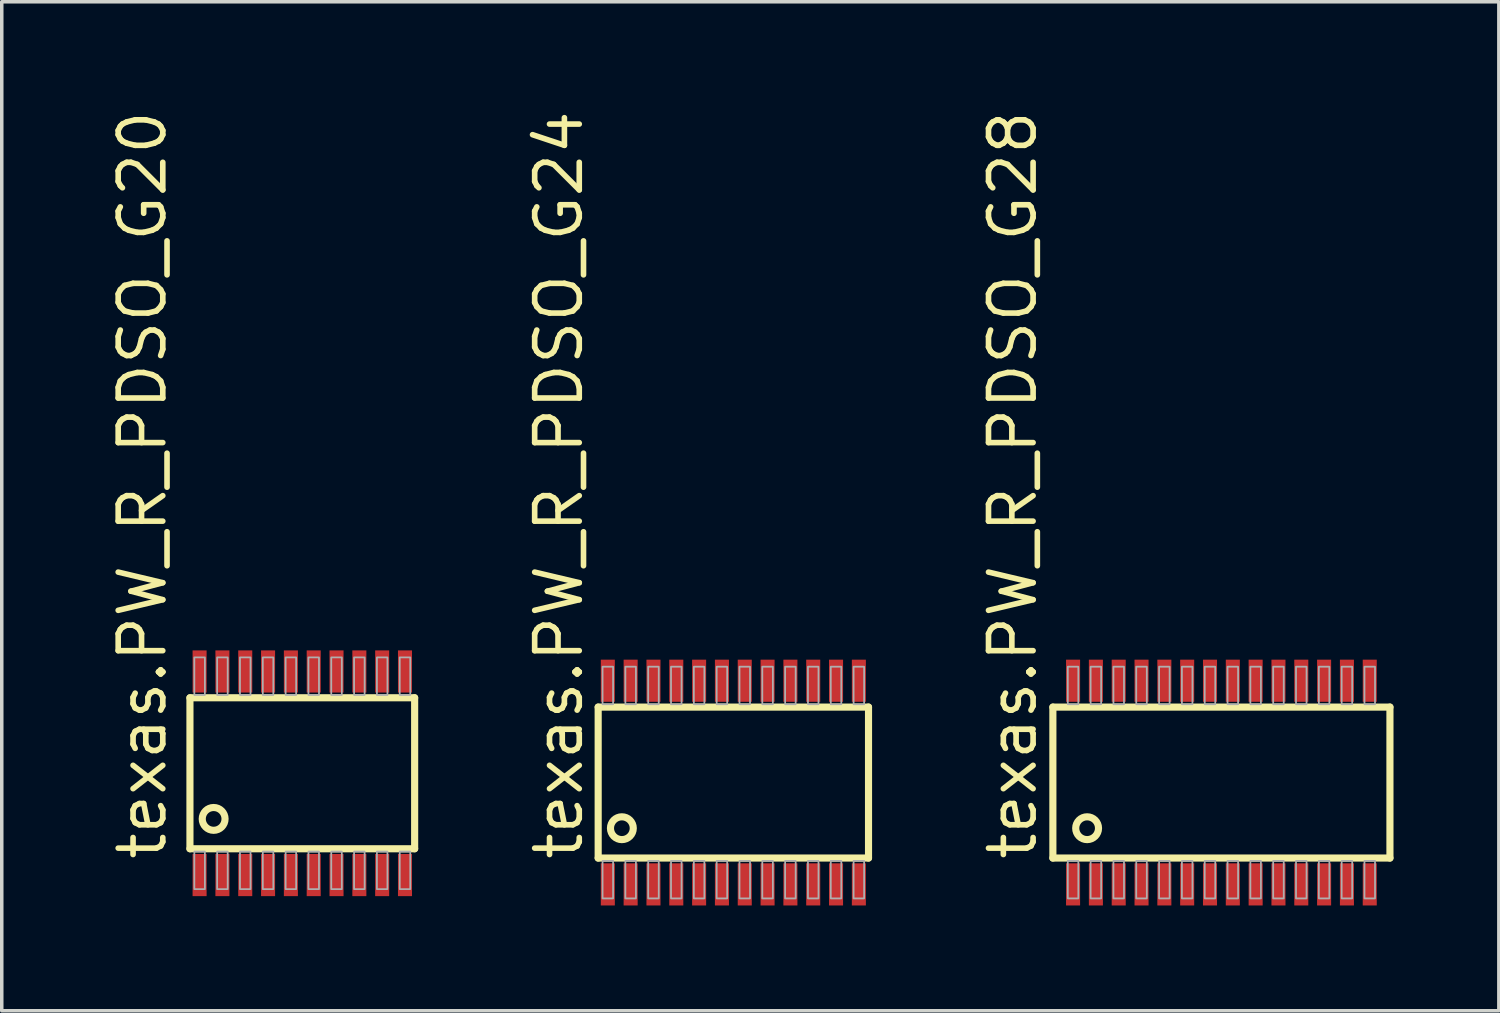
<source format=kicad_pcb>
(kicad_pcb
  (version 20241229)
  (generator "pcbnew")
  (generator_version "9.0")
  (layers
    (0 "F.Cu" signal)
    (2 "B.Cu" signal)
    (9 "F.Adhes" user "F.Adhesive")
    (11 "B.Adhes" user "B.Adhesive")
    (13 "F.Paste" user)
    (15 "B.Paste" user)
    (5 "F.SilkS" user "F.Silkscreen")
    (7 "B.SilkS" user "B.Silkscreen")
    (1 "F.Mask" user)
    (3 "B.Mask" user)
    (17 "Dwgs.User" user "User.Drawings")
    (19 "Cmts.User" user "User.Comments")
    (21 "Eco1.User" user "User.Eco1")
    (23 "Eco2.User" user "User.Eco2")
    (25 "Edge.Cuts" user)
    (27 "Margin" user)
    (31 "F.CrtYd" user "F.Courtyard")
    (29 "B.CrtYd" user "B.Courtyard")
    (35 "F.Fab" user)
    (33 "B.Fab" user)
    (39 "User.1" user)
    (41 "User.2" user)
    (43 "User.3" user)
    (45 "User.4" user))
  (footprint "texas.PW_R_PDSO_G28"
    (layer "F.Cu")
    (at 31.738 19.239)
    (property "Reference" "texas.PW_R_PDSO_G28" (at -5.2 2.275 90) (layer "F.SilkS") (effects (font (size 1.27 1.27) (thickness 0.16)) (justify left bottom)))
    (attr smd)
    (fp_line (start -4.8 -2.15) (end 4.8 -2.15) (stroke (width 0.203) (type default)) (layer "F.SilkS"))
    (fp_line (start -4.8 2.15) (end -4.8 -2.15) (stroke (width 0.203) (type default)) (layer "F.SilkS"))
    (fp_line (start 4.8 -2.15) (end 4.8 2.15) (stroke (width 0.203) (type default)) (layer "F.SilkS"))
    (fp_line (start 4.8 2.15) (end -4.8 2.15) (stroke (width 0.203) (type default)) (layer "F.SilkS"))
    (fp_circle (center -3.825 1.3) (end -3.5 1.3) (stroke (width 0.203) (type default)) (fill no) (layer "F.SilkS"))
    (fp_rect (start -4.375 -2.23) (end -4.075 -3.3) (stroke (width 0.05) (type default)) (fill no) (layer "F.Fab"))
    (fp_rect (start -4.375 3.3) (end -4.075 2.23) (stroke (width 0.05) (type default)) (fill no) (layer "F.Fab"))
    (fp_rect (start -3.725 -2.23) (end -3.425 -3.3) (stroke (width 0.05) (type default)) (fill no) (layer "F.Fab"))
    (fp_rect (start -3.725 3.3) (end -3.425 2.23) (stroke (width 0.05) (type default)) (fill no) (layer "F.Fab"))
    (fp_rect (start -3.075 -2.23) (end -2.775 -3.3) (stroke (width 0.05) (type default)) (fill no) (layer "F.Fab"))
    (fp_rect (start -3.075 3.3) (end -2.775 2.23) (stroke (width 0.05) (type default)) (fill no) (layer "F.Fab"))
    (fp_rect (start -2.425 -2.23) (end -2.125 -3.3) (stroke (width 0.05) (type default)) (fill no) (layer "F.Fab"))
    (fp_rect (start -2.425 3.3) (end -2.125 2.23) (stroke (width 0.05) (type default)) (fill no) (layer "F.Fab"))
    (fp_rect (start -1.775 -2.23) (end -1.475 -3.3) (stroke (width 0.05) (type default)) (fill no) (layer "F.Fab"))
    (fp_rect (start -1.775 3.3) (end -1.475 2.23) (stroke (width 0.05) (type default)) (fill no) (layer "F.Fab"))
    (fp_rect (start -1.125 -2.23) (end -0.825 -3.3) (stroke (width 0.05) (type default)) (fill no) (layer "F.Fab"))
    (fp_rect (start -1.125 3.3) (end -0.825 2.23) (stroke (width 0.05) (type default)) (fill no) (layer "F.Fab"))
    (fp_rect (start -0.475 -2.23) (end -0.175 -3.3) (stroke (width 0.05) (type default)) (fill no) (layer "F.Fab"))
    (fp_rect (start -0.475 3.3) (end -0.175 2.23) (stroke (width 0.05) (type default)) (fill no) (layer "F.Fab"))
    (fp_rect (start 0.175 -2.23) (end 0.475 -3.3) (stroke (width 0.05) (type default)) (fill no) (layer "F.Fab"))
    (fp_rect (start 0.175 3.3) (end 0.475 2.23) (stroke (width 0.05) (type default)) (fill no) (layer "F.Fab"))
    (fp_rect (start 0.825 -2.23) (end 1.125 -3.3) (stroke (width 0.05) (type default)) (fill no) (layer "F.Fab"))
    (fp_rect (start 0.825 3.3) (end 1.125 2.23) (stroke (width 0.05) (type default)) (fill no) (layer "F.Fab"))
    (fp_rect (start 1.475 -2.23) (end 1.775 -3.3) (stroke (width 0.05) (type default)) (fill no) (layer "F.Fab"))
    (fp_rect (start 1.475 3.3) (end 1.775 2.23) (stroke (width 0.05) (type default)) (fill no) (layer "F.Fab"))
    (fp_rect (start 2.125 -2.23) (end 2.425 -3.3) (stroke (width 0.05) (type default)) (fill no) (layer "F.Fab"))
    (fp_rect (start 2.125 3.3) (end 2.425 2.23) (stroke (width 0.05) (type default)) (fill no) (layer "F.Fab"))
    (fp_rect (start 2.775 -2.23) (end 3.075 -3.3) (stroke (width 0.05) (type default)) (fill no) (layer "F.Fab"))
    (fp_rect (start 2.775 3.3) (end 3.075 2.23) (stroke (width 0.05) (type default)) (fill no) (layer "F.Fab"))
    (fp_rect (start 3.425 -2.23) (end 3.725 -3.3) (stroke (width 0.05) (type default)) (fill no) (layer "F.Fab"))
    (fp_rect (start 3.425 3.3) (end 3.725 2.23) (stroke (width 0.05) (type default)) (fill no) (layer "F.Fab"))
    (fp_rect (start 4.075 -2.23) (end 4.375 -3.3) (stroke (width 0.05) (type default)) (fill no) (layer "F.Fab"))
    (fp_rect (start 4.075 3.3) (end 4.375 2.23) (stroke (width 0.05) (type default)) (fill no) (layer "F.Fab"))
    (pad "1" smd roundrect (at -4.225 2.9) (size 0.4 1.2) (layers "F.Cu" "F.Mask" "F.Paste") (roundrect_rratio 0.01))
    (pad "2" smd roundrect (at -3.575 2.9) (size 0.4 1.2) (layers "F.Cu" "F.Mask" "F.Paste") (roundrect_rratio 0.01))
    (pad "3" smd roundrect (at -2.925 2.9) (size 0.4 1.2) (layers "F.Cu" "F.Mask" "F.Paste") (roundrect_rratio 0.01))
    (pad "4" smd roundrect (at -2.275 2.9) (size 0.4 1.2) (layers "F.Cu" "F.Mask" "F.Paste") (roundrect_rratio 0.01))
    (pad "5" smd roundrect (at -1.625 2.9) (size 0.4 1.2) (layers "F.Cu" "F.Mask" "F.Paste") (roundrect_rratio 0.01))
    (pad "6" smd roundrect (at -0.975 2.9) (size 0.4 1.2) (layers "F.Cu" "F.Mask" "F.Paste") (roundrect_rratio 0.01))
    (pad "7" smd roundrect (at -0.325 2.9) (size 0.4 1.2) (layers "F.Cu" "F.Mask" "F.Paste") (roundrect_rratio 0.01))
    (pad "8" smd roundrect (at 0.325 2.9) (size 0.4 1.2) (layers "F.Cu" "F.Mask" "F.Paste") (roundrect_rratio 0.01))
    (pad "9" smd roundrect (at 0.975 2.9) (size 0.4 1.2) (layers "F.Cu" "F.Mask" "F.Paste") (roundrect_rratio 0.01))
    (pad "10" smd roundrect (at 1.625 2.9) (size 0.4 1.2) (layers "F.Cu" "F.Mask" "F.Paste") (roundrect_rratio 0.01))
    (pad "11" smd roundrect (at 2.275 2.9) (size 0.4 1.2) (layers "F.Cu" "F.Mask" "F.Paste") (roundrect_rratio 0.01))
    (pad "12" smd roundrect (at 2.925 2.9) (size 0.4 1.2) (layers "F.Cu" "F.Mask" "F.Paste") (roundrect_rratio 0.01))
    (pad "13" smd roundrect (at 3.575 2.9) (size 0.4 1.2) (layers "F.Cu" "F.Mask" "F.Paste") (roundrect_rratio 0.01))
    (pad "14" smd roundrect (at 4.225 2.9) (size 0.4 1.2) (layers "F.Cu" "F.Mask" "F.Paste") (roundrect_rratio 0.01))
    (pad "15" smd roundrect (at 4.225 -2.9 180) (size 0.4 1.2) (layers "F.Cu" "F.Mask" "F.Paste") (roundrect_rratio 0.01))
    (pad "16" smd roundrect (at 3.575 -2.9 180) (size 0.4 1.2) (layers "F.Cu" "F.Mask" "F.Paste") (roundrect_rratio 0.01))
    (pad "17" smd roundrect (at 2.925 -2.9 180) (size 0.4 1.2) (layers "F.Cu" "F.Mask" "F.Paste") (roundrect_rratio 0.01))
    (pad "18" smd roundrect (at 2.275 -2.9 180) (size 0.4 1.2) (layers "F.Cu" "F.Mask" "F.Paste") (roundrect_rratio 0.01))
    (pad "19" smd roundrect (at 1.625 -2.9 180) (size 0.4 1.2) (layers "F.Cu" "F.Mask" "F.Paste") (roundrect_rratio 0.01))
    (pad "20" smd roundrect (at 0.975 -2.9 180) (size 0.4 1.2) (layers "F.Cu" "F.Mask" "F.Paste") (roundrect_rratio 0.01))
    (pad "21" smd roundrect (at 0.325 -2.9 180) (size 0.4 1.2) (layers "F.Cu" "F.Mask" "F.Paste") (roundrect_rratio 0.01))
    (pad "22" smd roundrect (at -0.325 -2.9 180) (size 0.4 1.2) (layers "F.Cu" "F.Mask" "F.Paste") (roundrect_rratio 0.01))
    (pad "23" smd roundrect (at -0.975 -2.9 180) (size 0.4 1.2) (layers "F.Cu" "F.Mask" "F.Paste") (roundrect_rratio 0.01))
    (pad "24" smd roundrect (at -1.625 -2.9 180) (size 0.4 1.2) (layers "F.Cu" "F.Mask" "F.Paste") (roundrect_rratio 0.01))
    (pad "25" smd roundrect (at -2.275 -2.9 180) (size 0.4 1.2) (layers "F.Cu" "F.Mask" "F.Paste") (roundrect_rratio 0.01))
    (pad "26" smd roundrect (at -2.925 -2.9 180) (size 0.4 1.2) (layers "F.Cu" "F.Mask" "F.Paste") (roundrect_rratio 0.01))
    (pad "27" smd roundrect (at -3.575 -2.9 180) (size 0.4 1.2) (layers "F.Cu" "F.Mask" "F.Paste") (roundrect_rratio 0.01))
    (pad "28" smd roundrect (at -4.225 -2.9 180) (size 0.4 1.2) (layers "F.Cu" "F.Mask" "F.Paste") (roundrect_rratio 0.01)))
  (footprint "texas.PW_R_PDSO_G20"
    (layer "F.Cu")
    (at 5.56 18.974)
    (property "Reference" "texas.PW_R_PDSO_G20" (at -3.81 2.54 90) (layer "F.SilkS") (effects (font (size 1.27 1.27) (thickness 0.16)) (justify left bottom)))
    (attr smd)
    (fp_line (start -3.2 -2.15) (end 3.2 -2.15) (stroke (width 0.203) (type default)) (layer "F.SilkS"))
    (fp_line (start -3.2 2.15) (end -3.2 -2.15) (stroke (width 0.203) (type default)) (layer "F.SilkS"))
    (fp_line (start 3.2 -2.15) (end 3.2 2.15) (stroke (width 0.203) (type default)) (layer "F.SilkS"))
    (fp_line (start 3.2 2.15) (end -3.2 2.15) (stroke (width 0.203) (type default)) (layer "F.SilkS"))
    (fp_circle (center -2.525 1.3) (end -2.2 1.3) (stroke (width 0.203) (type default)) (fill no) (layer "F.SilkS"))
    (fp_rect (start -3.075 -2.23) (end -2.775 -3.3) (stroke (width 0.05) (type default)) (fill no) (layer "F.Fab"))
    (fp_rect (start -3.075 3.3) (end -2.775 2.23) (stroke (width 0.05) (type default)) (fill no) (layer "F.Fab"))
    (fp_rect (start -2.425 -2.23) (end -2.125 -3.3) (stroke (width 0.05) (type default)) (fill no) (layer "F.Fab"))
    (fp_rect (start -2.425 3.3) (end -2.125 2.23) (stroke (width 0.05) (type default)) (fill no) (layer "F.Fab"))
    (fp_rect (start -1.775 -2.23) (end -1.475 -3.3) (stroke (width 0.05) (type default)) (fill no) (layer "F.Fab"))
    (fp_rect (start -1.775 3.3) (end -1.475 2.23) (stroke (width 0.05) (type default)) (fill no) (layer "F.Fab"))
    (fp_rect (start -1.125 -2.23) (end -0.825 -3.3) (stroke (width 0.05) (type default)) (fill no) (layer "F.Fab"))
    (fp_rect (start -1.125 3.3) (end -0.825 2.23) (stroke (width 0.05) (type default)) (fill no) (layer "F.Fab"))
    (fp_rect (start -0.475 -2.23) (end -0.175 -3.3) (stroke (width 0.05) (type default)) (fill no) (layer "F.Fab"))
    (fp_rect (start -0.475 3.3) (end -0.175 2.23) (stroke (width 0.05) (type default)) (fill no) (layer "F.Fab"))
    (fp_rect (start 0.175 -2.23) (end 0.475 -3.3) (stroke (width 0.05) (type default)) (fill no) (layer "F.Fab"))
    (fp_rect (start 0.175 3.3) (end 0.475 2.23) (stroke (width 0.05) (type default)) (fill no) (layer "F.Fab"))
    (fp_rect (start 0.825 -2.23) (end 1.125 -3.3) (stroke (width 0.05) (type default)) (fill no) (layer "F.Fab"))
    (fp_rect (start 0.825 3.3) (end 1.125 2.23) (stroke (width 0.05) (type default)) (fill no) (layer "F.Fab"))
    (fp_rect (start 1.475 -2.23) (end 1.775 -3.3) (stroke (width 0.05) (type default)) (fill no) (layer "F.Fab"))
    (fp_rect (start 1.475 3.3) (end 1.775 2.23) (stroke (width 0.05) (type default)) (fill no) (layer "F.Fab"))
    (fp_rect (start 2.125 -2.23) (end 2.425 -3.3) (stroke (width 0.05) (type default)) (fill no) (layer "F.Fab"))
    (fp_rect (start 2.125 3.3) (end 2.425 2.23) (stroke (width 0.05) (type default)) (fill no) (layer "F.Fab"))
    (fp_rect (start 2.775 -2.23) (end 3.075 -3.3) (stroke (width 0.05) (type default)) (fill no) (layer "F.Fab"))
    (fp_rect (start 2.775 3.3) (end 3.075 2.23) (stroke (width 0.05) (type default)) (fill no) (layer "F.Fab"))
    (pad "1" smd roundrect (at -2.925 2.9) (size 0.4 1.2) (layers "F.Cu" "F.Mask" "F.Paste") (roundrect_rratio 0.01))
    (pad "2" smd roundrect (at -2.275 2.9) (size 0.4 1.2) (layers "F.Cu" "F.Mask" "F.Paste") (roundrect_rratio 0.01))
    (pad "3" smd roundrect (at -1.625 2.9) (size 0.4 1.2) (layers "F.Cu" "F.Mask" "F.Paste") (roundrect_rratio 0.01))
    (pad "4" smd roundrect (at -0.975 2.9) (size 0.4 1.2) (layers "F.Cu" "F.Mask" "F.Paste") (roundrect_rratio 0.01))
    (pad "5" smd roundrect (at -0.325 2.9) (size 0.4 1.2) (layers "F.Cu" "F.Mask" "F.Paste") (roundrect_rratio 0.01))
    (pad "6" smd roundrect (at 0.325 2.9) (size 0.4 1.2) (layers "F.Cu" "F.Mask" "F.Paste") (roundrect_rratio 0.01))
    (pad "7" smd roundrect (at 0.975 2.9) (size 0.4 1.2) (layers "F.Cu" "F.Mask" "F.Paste") (roundrect_rratio 0.01))
    (pad "8" smd roundrect (at 1.625 2.9) (size 0.4 1.2) (layers "F.Cu" "F.Mask" "F.Paste") (roundrect_rratio 0.01))
    (pad "9" smd roundrect (at 2.275 2.9) (size 0.4 1.2) (layers "F.Cu" "F.Mask" "F.Paste") (roundrect_rratio 0.01))
    (pad "10" smd roundrect (at 2.925 2.9) (size 0.4 1.2) (layers "F.Cu" "F.Mask" "F.Paste") (roundrect_rratio 0.01))
    (pad "11" smd roundrect (at 2.925 -2.9 180) (size 0.4 1.2) (layers "F.Cu" "F.Mask" "F.Paste") (roundrect_rratio 0.01))
    (pad "12" smd roundrect (at 2.275 -2.9 180) (size 0.4 1.2) (layers "F.Cu" "F.Mask" "F.Paste") (roundrect_rratio 0.01))
    (pad "13" smd roundrect (at 1.625 -2.9 180) (size 0.4 1.2) (layers "F.Cu" "F.Mask" "F.Paste") (roundrect_rratio 0.01))
    (pad "14" smd roundrect (at 0.975 -2.9 180) (size 0.4 1.2) (layers "F.Cu" "F.Mask" "F.Paste") (roundrect_rratio 0.01))
    (pad "15" smd roundrect (at 0.325 -2.9 180) (size 0.4 1.2) (layers "F.Cu" "F.Mask" "F.Paste") (roundrect_rratio 0.01))
    (pad "16" smd roundrect (at -0.325 -2.9 180) (size 0.4 1.2) (layers "F.Cu" "F.Mask" "F.Paste") (roundrect_rratio 0.01))
    (pad "17" smd roundrect (at -0.975 -2.9 180) (size 0.4 1.2) (layers "F.Cu" "F.Mask" "F.Paste") (roundrect_rratio 0.01))
    (pad "18" smd roundrect (at -1.625 -2.9 180) (size 0.4 1.2) (layers "F.Cu" "F.Mask" "F.Paste") (roundrect_rratio 0.01))
    (pad "19" smd roundrect (at -2.275 -2.9 180) (size 0.4 1.2) (layers "F.Cu" "F.Mask" "F.Paste") (roundrect_rratio 0.01))
    (pad "20" smd roundrect (at -2.925 -2.9 180) (size 0.4 1.2) (layers "F.Cu" "F.Mask" "F.Paste") (roundrect_rratio 0.01)))
  (footprint "texas.PW_R_PDSO_G24"
    (layer "F.Cu")
    (at 17.837 19.239)
    (property "Reference" "texas.PW_R_PDSO_G24" (at -4.225 2.275 90) (layer "F.SilkS") (effects (font (size 1.27 1.27) (thickness 0.16)) (justify left bottom)))
    (attr smd)
    (fp_line (start -3.85 -2.15) (end 3.85 -2.15) (stroke (width 0.203) (type default)) (layer "F.SilkS"))
    (fp_line (start -3.85 2.15) (end -3.85 -2.15) (stroke (width 0.203) (type default)) (layer "F.SilkS"))
    (fp_line (start 3.85 -2.15) (end 3.85 2.15) (stroke (width 0.203) (type default)) (layer "F.SilkS"))
    (fp_line (start 3.85 2.15) (end -3.85 2.15) (stroke (width 0.203) (type default)) (layer "F.SilkS"))
    (fp_circle (center -3.175 1.3) (end -2.85 1.3) (stroke (width 0.203) (type default)) (fill no) (layer "F.SilkS"))
    (fp_rect (start -3.725 -2.23) (end -3.425 -3.3) (stroke (width 0.05) (type default)) (fill no) (layer "F.Fab"))
    (fp_rect (start -3.725 3.3) (end -3.425 2.23) (stroke (width 0.05) (type default)) (fill no) (layer "F.Fab"))
    (fp_rect (start -3.075 -2.23) (end -2.775 -3.3) (stroke (width 0.05) (type default)) (fill no) (layer "F.Fab"))
    (fp_rect (start -3.075 3.3) (end -2.775 2.23) (stroke (width 0.05) (type default)) (fill no) (layer "F.Fab"))
    (fp_rect (start -2.425 -2.23) (end -2.125 -3.3) (stroke (width 0.05) (type default)) (fill no) (layer "F.Fab"))
    (fp_rect (start -2.425 3.3) (end -2.125 2.23) (stroke (width 0.05) (type default)) (fill no) (layer "F.Fab"))
    (fp_rect (start -1.775 -2.23) (end -1.475 -3.3) (stroke (width 0.05) (type default)) (fill no) (layer "F.Fab"))
    (fp_rect (start -1.775 3.3) (end -1.475 2.23) (stroke (width 0.05) (type default)) (fill no) (layer "F.Fab"))
    (fp_rect (start -1.125 -2.23) (end -0.825 -3.3) (stroke (width 0.05) (type default)) (fill no) (layer "F.Fab"))
    (fp_rect (start -1.125 3.3) (end -0.825 2.23) (stroke (width 0.05) (type default)) (fill no) (layer "F.Fab"))
    (fp_rect (start -0.475 -2.23) (end -0.175 -3.3) (stroke (width 0.05) (type default)) (fill no) (layer "F.Fab"))
    (fp_rect (start -0.475 3.3) (end -0.175 2.23) (stroke (width 0.05) (type default)) (fill no) (layer "F.Fab"))
    (fp_rect (start 0.175 -2.23) (end 0.475 -3.3) (stroke (width 0.05) (type default)) (fill no) (layer "F.Fab"))
    (fp_rect (start 0.175 3.3) (end 0.475 2.23) (stroke (width 0.05) (type default)) (fill no) (layer "F.Fab"))
    (fp_rect (start 0.825 -2.23) (end 1.125 -3.3) (stroke (width 0.05) (type default)) (fill no) (layer "F.Fab"))
    (fp_rect (start 0.825 3.3) (end 1.125 2.23) (stroke (width 0.05) (type default)) (fill no) (layer "F.Fab"))
    (fp_rect (start 1.475 -2.23) (end 1.775 -3.3) (stroke (width 0.05) (type default)) (fill no) (layer "F.Fab"))
    (fp_rect (start 1.475 3.3) (end 1.775 2.23) (stroke (width 0.05) (type default)) (fill no) (layer "F.Fab"))
    (fp_rect (start 2.125 -2.23) (end 2.425 -3.3) (stroke (width 0.05) (type default)) (fill no) (layer "F.Fab"))
    (fp_rect (start 2.125 3.3) (end 2.425 2.23) (stroke (width 0.05) (type default)) (fill no) (layer "F.Fab"))
    (fp_rect (start 2.775 -2.23) (end 3.075 -3.3) (stroke (width 0.05) (type default)) (fill no) (layer "F.Fab"))
    (fp_rect (start 2.775 3.3) (end 3.075 2.23) (stroke (width 0.05) (type default)) (fill no) (layer "F.Fab"))
    (fp_rect (start 3.425 -2.23) (end 3.725 -3.3) (stroke (width 0.05) (type default)) (fill no) (layer "F.Fab"))
    (fp_rect (start 3.425 3.3) (end 3.725 2.23) (stroke (width 0.05) (type default)) (fill no) (layer "F.Fab"))
    (pad "1" smd roundrect (at -3.575 2.9) (size 0.4 1.2) (layers "F.Cu" "F.Mask" "F.Paste") (roundrect_rratio 0.01))
    (pad "2" smd roundrect (at -2.925 2.9) (size 0.4 1.2) (layers "F.Cu" "F.Mask" "F.Paste") (roundrect_rratio 0.01))
    (pad "3" smd roundrect (at -2.275 2.9) (size 0.4 1.2) (layers "F.Cu" "F.Mask" "F.Paste") (roundrect_rratio 0.01))
    (pad "4" smd roundrect (at -1.625 2.9) (size 0.4 1.2) (layers "F.Cu" "F.Mask" "F.Paste") (roundrect_rratio 0.01))
    (pad "5" smd roundrect (at -0.975 2.9) (size 0.4 1.2) (layers "F.Cu" "F.Mask" "F.Paste") (roundrect_rratio 0.01))
    (pad "6" smd roundrect (at -0.325 2.9) (size 0.4 1.2) (layers "F.Cu" "F.Mask" "F.Paste") (roundrect_rratio 0.01))
    (pad "7" smd roundrect (at 0.325 2.9) (size 0.4 1.2) (layers "F.Cu" "F.Mask" "F.Paste") (roundrect_rratio 0.01))
    (pad "8" smd roundrect (at 0.975 2.9) (size 0.4 1.2) (layers "F.Cu" "F.Mask" "F.Paste") (roundrect_rratio 0.01))
    (pad "9" smd roundrect (at 1.625 2.9) (size 0.4 1.2) (layers "F.Cu" "F.Mask" "F.Paste") (roundrect_rratio 0.01))
    (pad "10" smd roundrect (at 2.275 2.9) (size 0.4 1.2) (layers "F.Cu" "F.Mask" "F.Paste") (roundrect_rratio 0.01))
    (pad "11" smd roundrect (at 2.925 2.9) (size 0.4 1.2) (layers "F.Cu" "F.Mask" "F.Paste") (roundrect_rratio 0.01))
    (pad "12" smd roundrect (at 3.575 2.9) (size 0.4 1.2) (layers "F.Cu" "F.Mask" "F.Paste") (roundrect_rratio 0.01))
    (pad "13" smd roundrect (at 3.575 -2.9 180) (size 0.4 1.2) (layers "F.Cu" "F.Mask" "F.Paste") (roundrect_rratio 0.01))
    (pad "14" smd roundrect (at 2.925 -2.9 180) (size 0.4 1.2) (layers "F.Cu" "F.Mask" "F.Paste") (roundrect_rratio 0.01))
    (pad "15" smd roundrect (at 2.275 -2.9 180) (size 0.4 1.2) (layers "F.Cu" "F.Mask" "F.Paste") (roundrect_rratio 0.01))
    (pad "16" smd roundrect (at 1.625 -2.9 180) (size 0.4 1.2) (layers "F.Cu" "F.Mask" "F.Paste") (roundrect_rratio 0.01))
    (pad "17" smd roundrect (at 0.975 -2.9 180) (size 0.4 1.2) (layers "F.Cu" "F.Mask" "F.Paste") (roundrect_rratio 0.01))
    (pad "18" smd roundrect (at 0.325 -2.9 180) (size 0.4 1.2) (layers "F.Cu" "F.Mask" "F.Paste") (roundrect_rratio 0.01))
    (pad "19" smd roundrect (at -0.325 -2.9 180) (size 0.4 1.2) (layers "F.Cu" "F.Mask" "F.Paste") (roundrect_rratio 0.01))
    (pad "20" smd roundrect (at -0.975 -2.9 180) (size 0.4 1.2) (layers "F.Cu" "F.Mask" "F.Paste") (roundrect_rratio 0.01))
    (pad "21" smd roundrect (at -1.625 -2.9 180) (size 0.4 1.2) (layers "F.Cu" "F.Mask" "F.Paste") (roundrect_rratio 0.01))
    (pad "22" smd roundrect (at -2.275 -2.9 180) (size 0.4 1.2) (layers "F.Cu" "F.Mask" "F.Paste") (roundrect_rratio 0.01))
    (pad "23" smd roundrect (at -2.925 -2.9 180) (size 0.4 1.2) (layers "F.Cu" "F.Mask" "F.Paste") (roundrect_rratio 0.01))
    (pad "24" smd roundrect (at -3.575 -2.9 180) (size 0.4 1.2) (layers "F.Cu" "F.Mask" "F.Paste") (roundrect_rratio 0.01)))
  (gr_rect
    (start -3 -3)
    (end 39.64 25.739)
    (stroke (width 0.1) (type default))
    (fill no)
    (layer "Edge.Cuts")))
</source>
